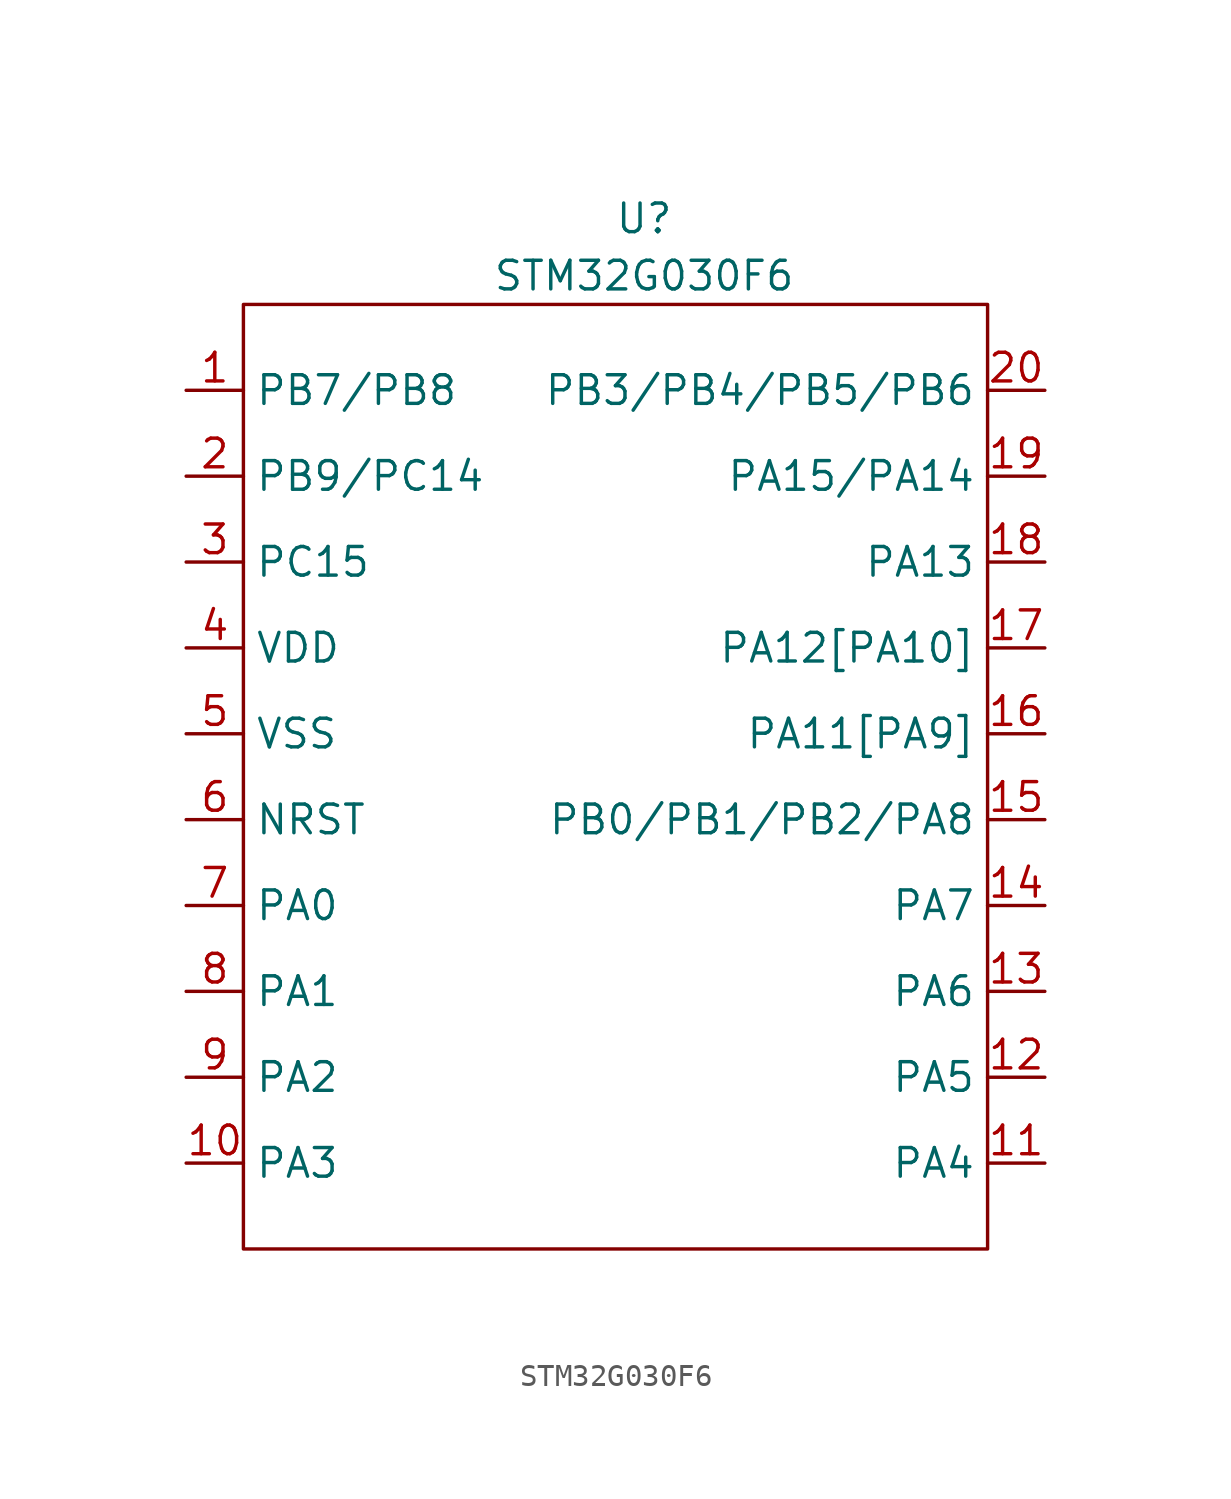
<source format=kicad_sym>
(kicad_symbol_lib
  (version 20211014)
  (generator kicad_symbol_editor)
  (symbol "STM32G030F6"
    (property "Reference" "U"
      (at 0 3.81 0)
      (effects (font (size 1.27 1.27))))
    (property "Value" "STM32G030F6"
      (at 0 1.27 0)
      (effects (font (size 1.27 1.27))))
    (symbol "STM32G030F6_0_1"
      (rectangle (start -17.78 0) (end 15.24 -41.91) (stroke (width 0.152) (type default) (color 0 0 0 0)) (fill (type none))))
    (symbol "STM32G030F6_1_1"
      (pin input line (at -20.32 -3.81 0) (length 2.54) (name "PB7/PB8" (effects (font (size 1.27 1.27)))) (number "1" (effects (font (size 1.27 1.27)))))
      (pin input line (at -20.32 -38.1 0) (length 2.54) (name "PA3" (effects (font (size 1.27 1.27)))) (number "10" (effects (font (size 1.27 1.27)))))
      (pin input line (at 17.78 -38.1 180) (length 2.54) (name "PA4" (effects (font (size 1.27 1.27)))) (number "11" (effects (font (size 1.27 1.27)))))
      (pin input line (at 17.78 -34.29 180) (length 2.54) (name "PA5" (effects (font (size 1.27 1.27)))) (number "12" (effects (font (size 1.27 1.27)))))
      (pin input line (at 17.78 -30.48 180) (length 2.54) (name "PA6" (effects (font (size 1.27 1.27)))) (number "13" (effects (font (size 1.27 1.27)))))
      (pin input line (at 17.78 -26.67 180) (length 2.54) (name "PA7" (effects (font (size 1.27 1.27)))) (number "14" (effects (font (size 1.27 1.27)))))
      (pin input line (at 17.78 -22.86 180) (length 2.54) (name "PB0/PB1/PB2/PA8" (effects (font (size 1.27 1.27)))) (number "15" (effects (font (size 1.27 1.27)))))
      (pin input line (at 17.78 -19.05 180) (length 2.54) (name "PA11[PA9]" (effects (font (size 1.27 1.27)))) (number "16" (effects (font (size 1.27 1.27)))))
      (pin input line (at 17.78 -15.24 180) (length 2.54) (name "PA12[PA10]" (effects (font (size 1.27 1.27)))) (number "17" (effects (font (size 1.27 1.27)))))
      (pin input line (at 17.78 -11.43 180) (length 2.54) (name "PA13" (effects (font (size 1.27 1.27)))) (number "18" (effects (font (size 1.27 1.27)))))
      (pin input line (at 17.78 -7.62 180) (length 2.54) (name "PA15/PA14" (effects (font (size 1.27 1.27)))) (number "19" (effects (font (size 1.27 1.27)))))
      (pin input line (at -20.32 -7.62 0) (length 2.54) (name "PB9/PC14" (effects (font (size 1.27 1.27)))) (number "2" (effects (font (size 1.27 1.27)))))
      (pin input line (at 17.78 -3.81 180) (length 2.54) (name "PB3/PB4/PB5/PB6" (effects (font (size 1.27 1.27)))) (number "20" (effects (font (size 1.27 1.27)))))
      (pin input line (at -20.32 -11.43 0) (length 2.54) (name "PC15" (effects (font (size 1.27 1.27)))) (number "3" (effects (font (size 1.27 1.27)))))
      (pin input line (at -20.32 -15.24 0) (length 2.54) (name "VDD" (effects (font (size 1.27 1.27)))) (number "4" (effects (font (size 1.27 1.27)))))
      (pin input line (at -20.32 -19.05 0) (length 2.54) (name "VSS" (effects (font (size 1.27 1.27)))) (number "5" (effects (font (size 1.27 1.27)))))
      (pin input line (at -20.32 -22.86 0) (length 2.54) (name "NRST" (effects (font (size 1.27 1.27)))) (number "6" (effects (font (size 1.27 1.27)))))
      (pin input line (at -20.32 -26.67 0) (length 2.54) (name "PA0" (effects (font (size 1.27 1.27)))) (number "7" (effects (font (size 1.27 1.27)))))
      (pin input line (at -20.32 -30.48 0) (length 2.54) (name "PA1" (effects (font (size 1.27 1.27)))) (number "8" (effects (font (size 1.27 1.27)))))
      (pin input line (at -20.32 -34.29 0) (length 2.54) (name "PA2" (effects (font (size 1.27 1.27)))) (number "9" (effects (font (size 1.27 1.27))))))))
</source>
